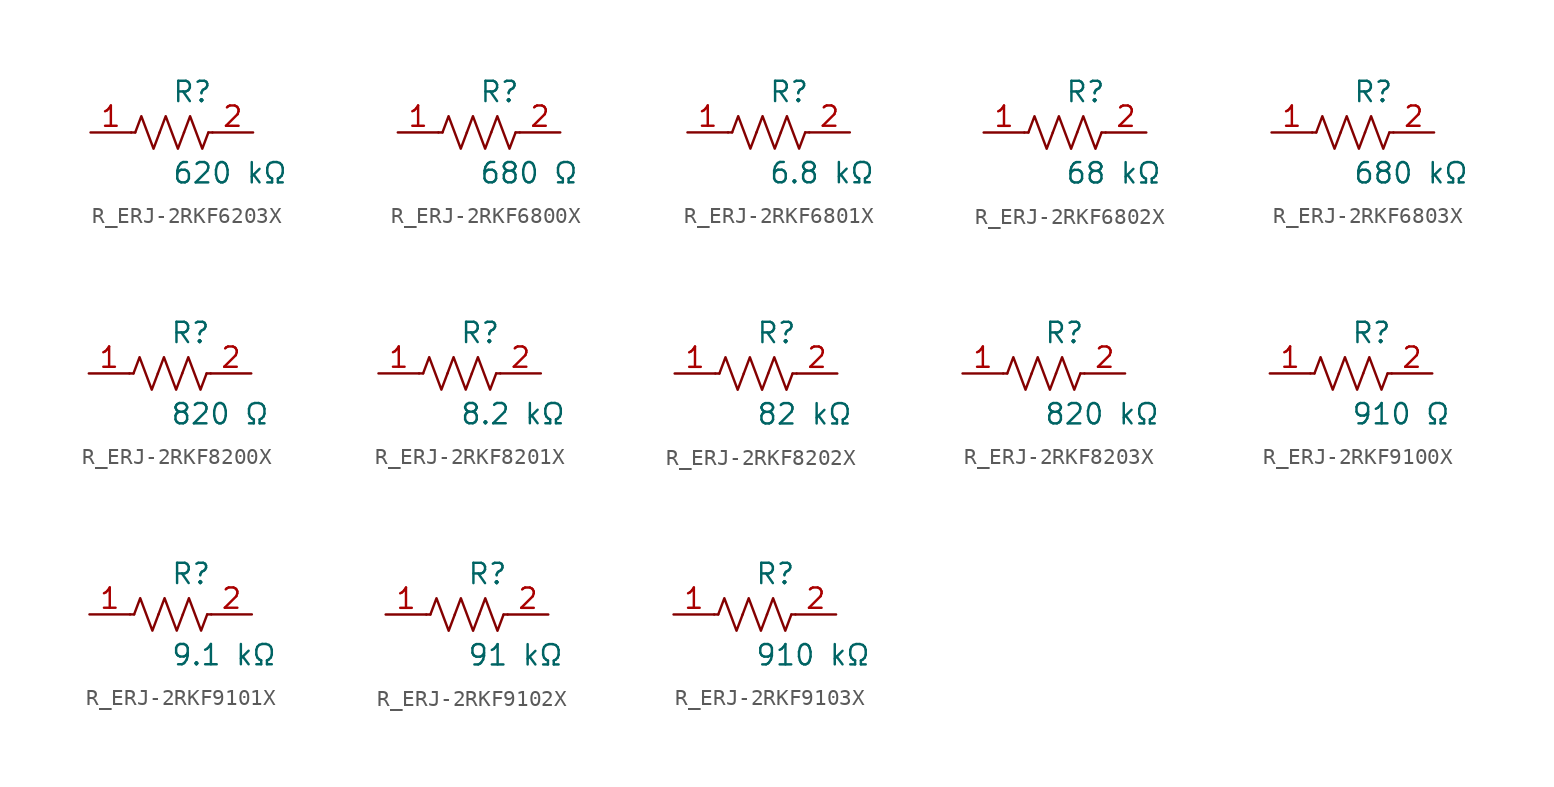
<source format=kicad_sym>
(kicad_symbol_lib
  (version 20231120)
  (generator kicad_symbol_editor)
  (generator_version 8.0)
  (symbol "R_ERJ-2RKF6203X"
    (pin_names
      (offset 0.254))
    (property "Reference" "R"
      (at 0.0 2.54 0)
      (effects (font (size 1.27 1.27)) (justify left)))
    (property "Value" "620 kΩ"
      (at 0.0 -2.54 0)
      (effects (font (size 1.27 1.27)) (justify left)))
    (symbol "R_ERJ-2RKF6203X_0_1"
      (polyline (pts (xy 2.286 0) (xy 2.54 0)) (stroke (width 0) (type default)) (fill (type none)))
      (polyline (pts (xy -2.286 0) (xy -2.54 0)) (stroke (width 0) (type default)) (fill (type none)))
      (polyline (pts (xy 0.762 0) (xy 1.143 1.016) (xy 1.524 0) (xy 1.905 -1.016) (xy 2.286 0)) (stroke (width 0) (type default)) (fill (type none)))
      (polyline (pts (xy -0.762 0) (xy -0.381 1.016) (xy 0 0) (xy 0.381 -1.016) (xy 0.762 0)) (stroke (width 0) (type default)) (fill (type none)))
      (polyline (pts (xy -2.286 0) (xy -1.905 1.016) (xy -1.524 0) (xy -1.143 -1.016) (xy -0.762 0)) (stroke (width 0) (type default)) (fill (type none))))
    (pin unspecified line
      (at -5.08 0 0)
      (length 2.54)
      (name "" (effects (font (size 1.27 1.27))))
      (number "1" (effects (font (size 1.27 1.27)))))
    (pin unspecified line
      (at 5.08 0 180)
      (length 2.54)
      (name "" (effects (font (size 1.27 1.27))))
      (number "2" (effects (font (size 1.27 1.27))))))
  (symbol "R_ERJ-2RKF6800X"
    (pin_names
      (offset 0.254))
    (property "Reference" "R"
      (at 0.0 2.54 0)
      (effects (font (size 1.27 1.27)) (justify left)))
    (property "Value" "680 Ω"
      (at 0.0 -2.54 0)
      (effects (font (size 1.27 1.27)) (justify left)))
    (symbol "R_ERJ-2RKF6800X_0_1"
      (polyline (pts (xy 2.286 0) (xy 2.54 0)) (stroke (width 0) (type default)) (fill (type none)))
      (polyline (pts (xy -2.286 0) (xy -2.54 0)) (stroke (width 0) (type default)) (fill (type none)))
      (polyline (pts (xy 0.762 0) (xy 1.143 1.016) (xy 1.524 0) (xy 1.905 -1.016) (xy 2.286 0)) (stroke (width 0) (type default)) (fill (type none)))
      (polyline (pts (xy -0.762 0) (xy -0.381 1.016) (xy 0 0) (xy 0.381 -1.016) (xy 0.762 0)) (stroke (width 0) (type default)) (fill (type none)))
      (polyline (pts (xy -2.286 0) (xy -1.905 1.016) (xy -1.524 0) (xy -1.143 -1.016) (xy -0.762 0)) (stroke (width 0) (type default)) (fill (type none))))
    (pin unspecified line
      (at -5.08 0 0)
      (length 2.54)
      (name "" (effects (font (size 1.27 1.27))))
      (number "1" (effects (font (size 1.27 1.27)))))
    (pin unspecified line
      (at 5.08 0 180)
      (length 2.54)
      (name "" (effects (font (size 1.27 1.27))))
      (number "2" (effects (font (size 1.27 1.27))))))
  (symbol "R_ERJ-2RKF6801X"
    (pin_names
      (offset 0.254))
    (property "Reference" "R"
      (at 0.0 2.54 0)
      (effects (font (size 1.27 1.27)) (justify left)))
    (property "Value" "6.8 kΩ"
      (at 0.0 -2.54 0)
      (effects (font (size 1.27 1.27)) (justify left)))
    (symbol "R_ERJ-2RKF6801X_0_1"
      (polyline (pts (xy 2.286 0) (xy 2.54 0)) (stroke (width 0) (type default)) (fill (type none)))
      (polyline (pts (xy -2.286 0) (xy -2.54 0)) (stroke (width 0) (type default)) (fill (type none)))
      (polyline (pts (xy 0.762 0) (xy 1.143 1.016) (xy 1.524 0) (xy 1.905 -1.016) (xy 2.286 0)) (stroke (width 0) (type default)) (fill (type none)))
      (polyline (pts (xy -0.762 0) (xy -0.381 1.016) (xy 0 0) (xy 0.381 -1.016) (xy 0.762 0)) (stroke (width 0) (type default)) (fill (type none)))
      (polyline (pts (xy -2.286 0) (xy -1.905 1.016) (xy -1.524 0) (xy -1.143 -1.016) (xy -0.762 0)) (stroke (width 0) (type default)) (fill (type none))))
    (pin unspecified line
      (at -5.08 0 0)
      (length 2.54)
      (name "" (effects (font (size 1.27 1.27))))
      (number "1" (effects (font (size 1.27 1.27)))))
    (pin unspecified line
      (at 5.08 0 180)
      (length 2.54)
      (name "" (effects (font (size 1.27 1.27))))
      (number "2" (effects (font (size 1.27 1.27))))))
  (symbol "R_ERJ-2RKF6802X"
    (pin_names
      (offset 0.254))
    (property "Reference" "R"
      (at 0.0 2.54 0)
      (effects (font (size 1.27 1.27)) (justify left)))
    (property "Value" "68 kΩ"
      (at 0.0 -2.54 0)
      (effects (font (size 1.27 1.27)) (justify left)))
    (symbol "R_ERJ-2RKF6802X_0_1"
      (polyline (pts (xy 2.286 0) (xy 2.54 0)) (stroke (width 0) (type default)) (fill (type none)))
      (polyline (pts (xy -2.286 0) (xy -2.54 0)) (stroke (width 0) (type default)) (fill (type none)))
      (polyline (pts (xy 0.762 0) (xy 1.143 1.016) (xy 1.524 0) (xy 1.905 -1.016) (xy 2.286 0)) (stroke (width 0) (type default)) (fill (type none)))
      (polyline (pts (xy -0.762 0) (xy -0.381 1.016) (xy 0 0) (xy 0.381 -1.016) (xy 0.762 0)) (stroke (width 0) (type default)) (fill (type none)))
      (polyline (pts (xy -2.286 0) (xy -1.905 1.016) (xy -1.524 0) (xy -1.143 -1.016) (xy -0.762 0)) (stroke (width 0) (type default)) (fill (type none))))
    (pin unspecified line
      (at -5.08 0 0)
      (length 2.54)
      (name "" (effects (font (size 1.27 1.27))))
      (number "1" (effects (font (size 1.27 1.27)))))
    (pin unspecified line
      (at 5.08 0 180)
      (length 2.54)
      (name "" (effects (font (size 1.27 1.27))))
      (number "2" (effects (font (size 1.27 1.27))))))
  (symbol "R_ERJ-2RKF6803X"
    (pin_names
      (offset 0.254))
    (property "Reference" "R"
      (at 0.0 2.54 0)
      (effects (font (size 1.27 1.27)) (justify left)))
    (property "Value" "680 kΩ"
      (at 0.0 -2.54 0)
      (effects (font (size 1.27 1.27)) (justify left)))
    (symbol "R_ERJ-2RKF6803X_0_1"
      (polyline (pts (xy 2.286 0) (xy 2.54 0)) (stroke (width 0) (type default)) (fill (type none)))
      (polyline (pts (xy -2.286 0) (xy -2.54 0)) (stroke (width 0) (type default)) (fill (type none)))
      (polyline (pts (xy 0.762 0) (xy 1.143 1.016) (xy 1.524 0) (xy 1.905 -1.016) (xy 2.286 0)) (stroke (width 0) (type default)) (fill (type none)))
      (polyline (pts (xy -0.762 0) (xy -0.381 1.016) (xy 0 0) (xy 0.381 -1.016) (xy 0.762 0)) (stroke (width 0) (type default)) (fill (type none)))
      (polyline (pts (xy -2.286 0) (xy -1.905 1.016) (xy -1.524 0) (xy -1.143 -1.016) (xy -0.762 0)) (stroke (width 0) (type default)) (fill (type none))))
    (pin unspecified line
      (at -5.08 0 0)
      (length 2.54)
      (name "" (effects (font (size 1.27 1.27))))
      (number "1" (effects (font (size 1.27 1.27)))))
    (pin unspecified line
      (at 5.08 0 180)
      (length 2.54)
      (name "" (effects (font (size 1.27 1.27))))
      (number "2" (effects (font (size 1.27 1.27))))))
  (symbol "R_ERJ-2RKF8200X"
    (pin_names
      (offset 0.254))
    (property "Reference" "R"
      (at 0.0 2.54 0)
      (effects (font (size 1.27 1.27)) (justify left)))
    (property "Value" "820 Ω"
      (at 0.0 -2.54 0)
      (effects (font (size 1.27 1.27)) (justify left)))
    (symbol "R_ERJ-2RKF8200X_0_1"
      (polyline (pts (xy 2.286 0) (xy 2.54 0)) (stroke (width 0) (type default)) (fill (type none)))
      (polyline (pts (xy -2.286 0) (xy -2.54 0)) (stroke (width 0) (type default)) (fill (type none)))
      (polyline (pts (xy 0.762 0) (xy 1.143 1.016) (xy 1.524 0) (xy 1.905 -1.016) (xy 2.286 0)) (stroke (width 0) (type default)) (fill (type none)))
      (polyline (pts (xy -0.762 0) (xy -0.381 1.016) (xy 0 0) (xy 0.381 -1.016) (xy 0.762 0)) (stroke (width 0) (type default)) (fill (type none)))
      (polyline (pts (xy -2.286 0) (xy -1.905 1.016) (xy -1.524 0) (xy -1.143 -1.016) (xy -0.762 0)) (stroke (width 0) (type default)) (fill (type none))))
    (pin unspecified line
      (at -5.08 0 0)
      (length 2.54)
      (name "" (effects (font (size 1.27 1.27))))
      (number "1" (effects (font (size 1.27 1.27)))))
    (pin unspecified line
      (at 5.08 0 180)
      (length 2.54)
      (name "" (effects (font (size 1.27 1.27))))
      (number "2" (effects (font (size 1.27 1.27))))))
  (symbol "R_ERJ-2RKF8201X"
    (pin_names
      (offset 0.254))
    (property "Reference" "R"
      (at 0.0 2.54 0)
      (effects (font (size 1.27 1.27)) (justify left)))
    (property "Value" "8.2 kΩ"
      (at 0.0 -2.54 0)
      (effects (font (size 1.27 1.27)) (justify left)))
    (symbol "R_ERJ-2RKF8201X_0_1"
      (polyline (pts (xy 2.286 0) (xy 2.54 0)) (stroke (width 0) (type default)) (fill (type none)))
      (polyline (pts (xy -2.286 0) (xy -2.54 0)) (stroke (width 0) (type default)) (fill (type none)))
      (polyline (pts (xy 0.762 0) (xy 1.143 1.016) (xy 1.524 0) (xy 1.905 -1.016) (xy 2.286 0)) (stroke (width 0) (type default)) (fill (type none)))
      (polyline (pts (xy -0.762 0) (xy -0.381 1.016) (xy 0 0) (xy 0.381 -1.016) (xy 0.762 0)) (stroke (width 0) (type default)) (fill (type none)))
      (polyline (pts (xy -2.286 0) (xy -1.905 1.016) (xy -1.524 0) (xy -1.143 -1.016) (xy -0.762 0)) (stroke (width 0) (type default)) (fill (type none))))
    (pin unspecified line
      (at -5.08 0 0)
      (length 2.54)
      (name "" (effects (font (size 1.27 1.27))))
      (number "1" (effects (font (size 1.27 1.27)))))
    (pin unspecified line
      (at 5.08 0 180)
      (length 2.54)
      (name "" (effects (font (size 1.27 1.27))))
      (number "2" (effects (font (size 1.27 1.27))))))
  (symbol "R_ERJ-2RKF8202X"
    (pin_names
      (offset 0.254))
    (property "Reference" "R"
      (at 0.0 2.54 0)
      (effects (font (size 1.27 1.27)) (justify left)))
    (property "Value" "82 kΩ"
      (at 0.0 -2.54 0)
      (effects (font (size 1.27 1.27)) (justify left)))
    (symbol "R_ERJ-2RKF8202X_0_1"
      (polyline (pts (xy 2.286 0) (xy 2.54 0)) (stroke (width 0) (type default)) (fill (type none)))
      (polyline (pts (xy -2.286 0) (xy -2.54 0)) (stroke (width 0) (type default)) (fill (type none)))
      (polyline (pts (xy 0.762 0) (xy 1.143 1.016) (xy 1.524 0) (xy 1.905 -1.016) (xy 2.286 0)) (stroke (width 0) (type default)) (fill (type none)))
      (polyline (pts (xy -0.762 0) (xy -0.381 1.016) (xy 0 0) (xy 0.381 -1.016) (xy 0.762 0)) (stroke (width 0) (type default)) (fill (type none)))
      (polyline (pts (xy -2.286 0) (xy -1.905 1.016) (xy -1.524 0) (xy -1.143 -1.016) (xy -0.762 0)) (stroke (width 0) (type default)) (fill (type none))))
    (pin unspecified line
      (at -5.08 0 0)
      (length 2.54)
      (name "" (effects (font (size 1.27 1.27))))
      (number "1" (effects (font (size 1.27 1.27)))))
    (pin unspecified line
      (at 5.08 0 180)
      (length 2.54)
      (name "" (effects (font (size 1.27 1.27))))
      (number "2" (effects (font (size 1.27 1.27))))))
  (symbol "R_ERJ-2RKF8203X"
    (pin_names
      (offset 0.254))
    (property "Reference" "R"
      (at 0.0 2.54 0)
      (effects (font (size 1.27 1.27)) (justify left)))
    (property "Value" "820 kΩ"
      (at 0.0 -2.54 0)
      (effects (font (size 1.27 1.27)) (justify left)))
    (symbol "R_ERJ-2RKF8203X_0_1"
      (polyline (pts (xy 2.286 0) (xy 2.54 0)) (stroke (width 0) (type default)) (fill (type none)))
      (polyline (pts (xy -2.286 0) (xy -2.54 0)) (stroke (width 0) (type default)) (fill (type none)))
      (polyline (pts (xy 0.762 0) (xy 1.143 1.016) (xy 1.524 0) (xy 1.905 -1.016) (xy 2.286 0)) (stroke (width 0) (type default)) (fill (type none)))
      (polyline (pts (xy -0.762 0) (xy -0.381 1.016) (xy 0 0) (xy 0.381 -1.016) (xy 0.762 0)) (stroke (width 0) (type default)) (fill (type none)))
      (polyline (pts (xy -2.286 0) (xy -1.905 1.016) (xy -1.524 0) (xy -1.143 -1.016) (xy -0.762 0)) (stroke (width 0) (type default)) (fill (type none))))
    (pin unspecified line
      (at -5.08 0 0)
      (length 2.54)
      (name "" (effects (font (size 1.27 1.27))))
      (number "1" (effects (font (size 1.27 1.27)))))
    (pin unspecified line
      (at 5.08 0 180)
      (length 2.54)
      (name "" (effects (font (size 1.27 1.27))))
      (number "2" (effects (font (size 1.27 1.27))))))
  (symbol "R_ERJ-2RKF9100X"
    (pin_names
      (offset 0.254))
    (property "Reference" "R"
      (at 0.0 2.54 0)
      (effects (font (size 1.27 1.27)) (justify left)))
    (property "Value" "910 Ω"
      (at 0.0 -2.54 0)
      (effects (font (size 1.27 1.27)) (justify left)))
    (symbol "R_ERJ-2RKF9100X_0_1"
      (polyline (pts (xy 2.286 0) (xy 2.54 0)) (stroke (width 0) (type default)) (fill (type none)))
      (polyline (pts (xy -2.286 0) (xy -2.54 0)) (stroke (width 0) (type default)) (fill (type none)))
      (polyline (pts (xy 0.762 0) (xy 1.143 1.016) (xy 1.524 0) (xy 1.905 -1.016) (xy 2.286 0)) (stroke (width 0) (type default)) (fill (type none)))
      (polyline (pts (xy -0.762 0) (xy -0.381 1.016) (xy 0 0) (xy 0.381 -1.016) (xy 0.762 0)) (stroke (width 0) (type default)) (fill (type none)))
      (polyline (pts (xy -2.286 0) (xy -1.905 1.016) (xy -1.524 0) (xy -1.143 -1.016) (xy -0.762 0)) (stroke (width 0) (type default)) (fill (type none))))
    (pin unspecified line
      (at -5.08 0 0)
      (length 2.54)
      (name "" (effects (font (size 1.27 1.27))))
      (number "1" (effects (font (size 1.27 1.27)))))
    (pin unspecified line
      (at 5.08 0 180)
      (length 2.54)
      (name "" (effects (font (size 1.27 1.27))))
      (number "2" (effects (font (size 1.27 1.27))))))
  (symbol "R_ERJ-2RKF9101X"
    (pin_names
      (offset 0.254))
    (property "Reference" "R"
      (at 0.0 2.54 0)
      (effects (font (size 1.27 1.27)) (justify left)))
    (property "Value" "9.1 kΩ"
      (at 0.0 -2.54 0)
      (effects (font (size 1.27 1.27)) (justify left)))
    (symbol "R_ERJ-2RKF9101X_0_1"
      (polyline (pts (xy 2.286 0) (xy 2.54 0)) (stroke (width 0) (type default)) (fill (type none)))
      (polyline (pts (xy -2.286 0) (xy -2.54 0)) (stroke (width 0) (type default)) (fill (type none)))
      (polyline (pts (xy 0.762 0) (xy 1.143 1.016) (xy 1.524 0) (xy 1.905 -1.016) (xy 2.286 0)) (stroke (width 0) (type default)) (fill (type none)))
      (polyline (pts (xy -0.762 0) (xy -0.381 1.016) (xy 0 0) (xy 0.381 -1.016) (xy 0.762 0)) (stroke (width 0) (type default)) (fill (type none)))
      (polyline (pts (xy -2.286 0) (xy -1.905 1.016) (xy -1.524 0) (xy -1.143 -1.016) (xy -0.762 0)) (stroke (width 0) (type default)) (fill (type none))))
    (pin unspecified line
      (at -5.08 0 0)
      (length 2.54)
      (name "" (effects (font (size 1.27 1.27))))
      (number "1" (effects (font (size 1.27 1.27)))))
    (pin unspecified line
      (at 5.08 0 180)
      (length 2.54)
      (name "" (effects (font (size 1.27 1.27))))
      (number "2" (effects (font (size 1.27 1.27))))))
  (symbol "R_ERJ-2RKF9102X"
    (pin_names
      (offset 0.254))
    (property "Reference" "R"
      (at 0.0 2.54 0)
      (effects (font (size 1.27 1.27)) (justify left)))
    (property "Value" "91 kΩ"
      (at 0.0 -2.54 0)
      (effects (font (size 1.27 1.27)) (justify left)))
    (symbol "R_ERJ-2RKF9102X_0_1"
      (polyline (pts (xy 2.286 0) (xy 2.54 0)) (stroke (width 0) (type default)) (fill (type none)))
      (polyline (pts (xy -2.286 0) (xy -2.54 0)) (stroke (width 0) (type default)) (fill (type none)))
      (polyline (pts (xy 0.762 0) (xy 1.143 1.016) (xy 1.524 0) (xy 1.905 -1.016) (xy 2.286 0)) (stroke (width 0) (type default)) (fill (type none)))
      (polyline (pts (xy -0.762 0) (xy -0.381 1.016) (xy 0 0) (xy 0.381 -1.016) (xy 0.762 0)) (stroke (width 0) (type default)) (fill (type none)))
      (polyline (pts (xy -2.286 0) (xy -1.905 1.016) (xy -1.524 0) (xy -1.143 -1.016) (xy -0.762 0)) (stroke (width 0) (type default)) (fill (type none))))
    (pin unspecified line
      (at -5.08 0 0)
      (length 2.54)
      (name "" (effects (font (size 1.27 1.27))))
      (number "1" (effects (font (size 1.27 1.27)))))
    (pin unspecified line
      (at 5.08 0 180)
      (length 2.54)
      (name "" (effects (font (size 1.27 1.27))))
      (number "2" (effects (font (size 1.27 1.27))))))
  (symbol "R_ERJ-2RKF9103X"
    (pin_names
      (offset 0.254))
    (property "Reference" "R"
      (at 0.0 2.54 0)
      (effects (font (size 1.27 1.27)) (justify left)))
    (property "Value" "910 kΩ"
      (at 0.0 -2.54 0)
      (effects (font (size 1.27 1.27)) (justify left)))
    (symbol "R_ERJ-2RKF9103X_0_1"
      (polyline (pts (xy 2.286 0) (xy 2.54 0)) (stroke (width 0) (type default)) (fill (type none)))
      (polyline (pts (xy -2.286 0) (xy -2.54 0)) (stroke (width 0) (type default)) (fill (type none)))
      (polyline (pts (xy 0.762 0) (xy 1.143 1.016) (xy 1.524 0) (xy 1.905 -1.016) (xy 2.286 0)) (stroke (width 0) (type default)) (fill (type none)))
      (polyline (pts (xy -0.762 0) (xy -0.381 1.016) (xy 0 0) (xy 0.381 -1.016) (xy 0.762 0)) (stroke (width 0) (type default)) (fill (type none)))
      (polyline (pts (xy -2.286 0) (xy -1.905 1.016) (xy -1.524 0) (xy -1.143 -1.016) (xy -0.762 0)) (stroke (width 0) (type default)) (fill (type none))))
    (pin unspecified line
      (at -5.08 0 0)
      (length 2.54)
      (name "" (effects (font (size 1.27 1.27))))
      (number "1" (effects (font (size 1.27 1.27)))))
    (pin unspecified line
      (at 5.08 0 180)
      (length 2.54)
      (name "" (effects (font (size 1.27 1.27))))
      (number "2" (effects (font (size 1.27 1.27)))))))
</source>
